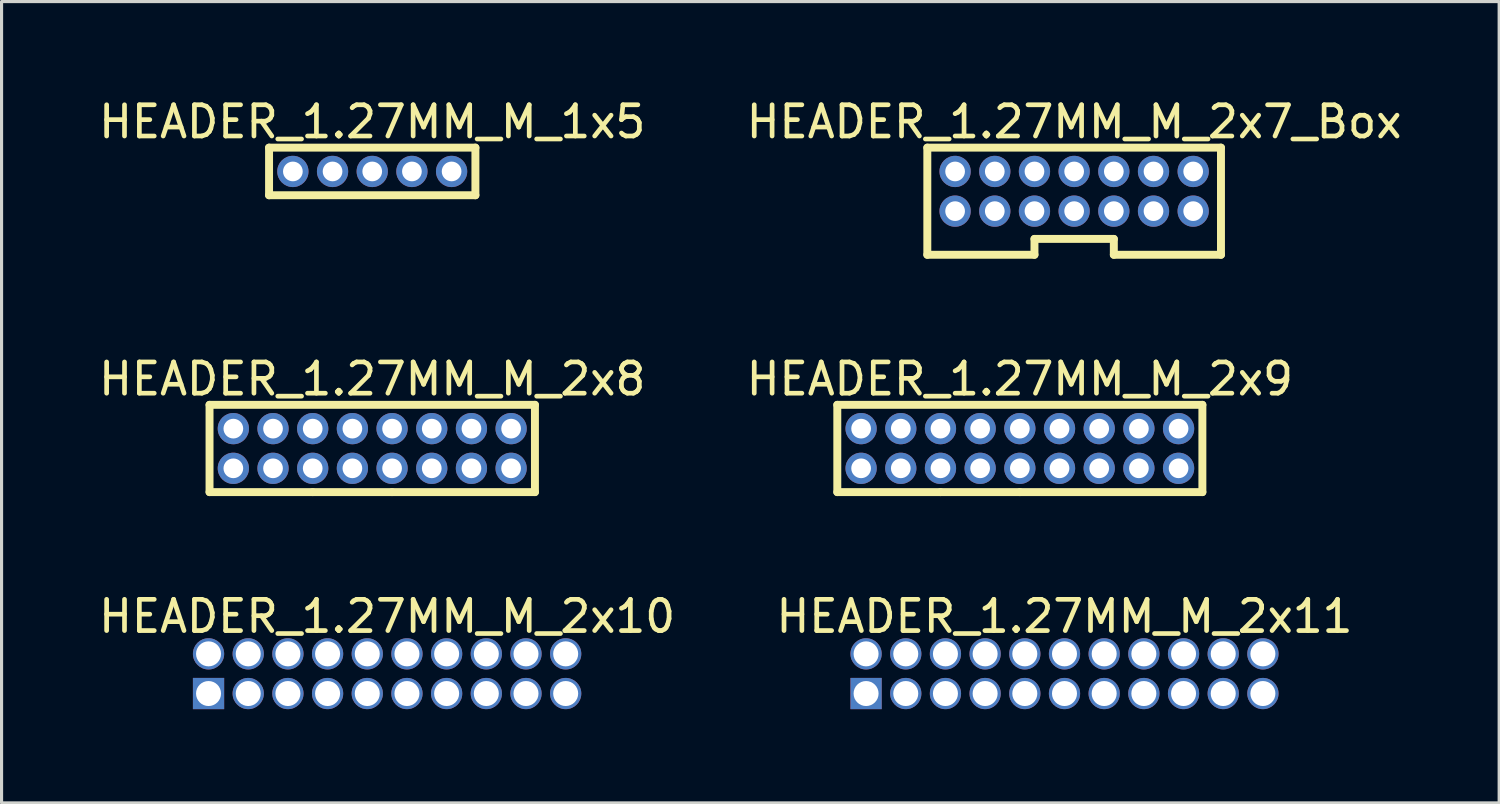
<source format=kicad_pcb>
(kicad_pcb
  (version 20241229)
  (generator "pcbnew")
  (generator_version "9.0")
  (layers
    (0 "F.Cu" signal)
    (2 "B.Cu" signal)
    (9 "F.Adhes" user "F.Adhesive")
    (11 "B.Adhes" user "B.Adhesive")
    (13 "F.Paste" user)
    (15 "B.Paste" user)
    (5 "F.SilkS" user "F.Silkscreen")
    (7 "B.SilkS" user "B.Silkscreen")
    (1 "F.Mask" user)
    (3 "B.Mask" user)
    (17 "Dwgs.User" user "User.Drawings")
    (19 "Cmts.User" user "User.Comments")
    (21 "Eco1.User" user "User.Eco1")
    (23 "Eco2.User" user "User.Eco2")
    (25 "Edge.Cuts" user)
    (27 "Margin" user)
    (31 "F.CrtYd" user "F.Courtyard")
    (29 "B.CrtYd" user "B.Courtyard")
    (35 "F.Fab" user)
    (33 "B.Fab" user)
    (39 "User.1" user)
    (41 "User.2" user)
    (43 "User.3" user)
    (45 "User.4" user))
  (footprint "HEADER_1.27MM_M_1x5"
    (layer "F.Cu")
    (at 8.863 2.437)
    (property "Reference" "HEADER_1.27MM_M_1x5" (at 0 -1.589 0) (layer "F.SilkS") (effects (font (size 1 1) (thickness 0.15))))
    (fp_line (start -3.302 -0.762) (end 3.302 -0.762) (stroke (width 0.254) (type solid)) (layer "F.SilkS"))
    (fp_line (start -3.302 0.762) (end -3.302 -0.762) (stroke (width 0.254) (type solid)) (layer "F.SilkS"))
    (fp_line (start -3.302 0.762) (end 3.302 0.762) (stroke (width 0.254) (type solid)) (layer "F.SilkS"))
    (fp_line (start 3.302 0.762) (end 3.302 -0.762) (stroke (width 0.254) (type solid)) (layer "F.SilkS"))
    (pad "1" thru_hole circle (at -2.54 0) (size 1 1) (drill 0.63) (layers "*.Cu" "*.Mask"))
    (pad "2" thru_hole circle (at -1.27 0) (size 1 1) (drill 0.63) (layers "*.Cu" "*.Mask"))
    (pad "3" thru_hole circle (at 0 0) (size 1 1) (drill 0.63) (layers "*.Cu" "*.Mask"))
    (pad "4" thru_hole circle (at 1.27 0) (size 1 1) (drill 0.63) (layers "*.Cu" "*.Mask"))
    (pad "5" thru_hole circle (at 2.54 0) (size 1 1) (drill 0.63) (layers "*.Cu" "*.Mask")))
  (footprint "HEADER_1.27MM_M_2x7_Box"
    (layer "F.Cu")
    (at 31.327 3.072)
    (property "Reference" "HEADER_1.27MM_M_2x7_Box" (at 0 -2.224 0) (layer "F.SilkS") (effects (font (size 1 1) (thickness 0.15))))
    (fp_line (start -4.699 -1.397) (end 4.699 -1.397) (stroke (width 0.254) (type solid)) (layer "F.SilkS"))
    (fp_line (start -4.699 2.032) (end -4.699 -1.397) (stroke (width 0.254) (type solid)) (layer "F.SilkS"))
    (fp_line (start -4.699 2.032) (end -1.27 2.032) (stroke (width 0.254) (type solid)) (layer "F.SilkS"))
    (fp_line (start -1.27 1.524) (end 1.27 1.524) (stroke (width 0.254) (type solid)) (layer "F.SilkS"))
    (fp_line (start -1.27 2.032) (end -1.27 1.524) (stroke (width 0.254) (type solid)) (layer "F.SilkS"))
    (fp_line (start 1.27 2.032) (end 1.27 1.524) (stroke (width 0.254) (type solid)) (layer "F.SilkS"))
    (fp_line (start 1.27 2.032) (end 4.699 2.032) (stroke (width 0.254) (type solid)) (layer "F.SilkS"))
    (fp_line (start 4.699 2.032) (end 4.699 -1.397) (stroke (width 0.254) (type solid)) (layer "F.SilkS"))
    (pad "1" thru_hole circle (at -3.81 0.635) (size 1 1) (drill 0.63) (layers "*.Cu" "*.Mask"))
    (pad "2" thru_hole circle (at -3.81 -0.635) (size 1 1) (drill 0.63) (layers "*.Cu" "*.Mask"))
    (pad "3" thru_hole circle (at -2.54 0.635) (size 1 1) (drill 0.63) (layers "*.Cu" "*.Mask"))
    (pad "4" thru_hole circle (at -2.54 -0.635) (size 1 1) (drill 0.63) (layers "*.Cu" "*.Mask"))
    (pad "5" thru_hole circle (at -1.27 0.635) (size 1 1) (drill 0.63) (layers "*.Cu" "*.Mask"))
    (pad "6" thru_hole circle (at -1.27 -0.635) (size 1 1) (drill 0.63) (layers "*.Cu" "*.Mask"))
    (pad "7" thru_hole circle (at 0 0.635) (size 1 1) (drill 0.63) (layers "*.Cu" "*.Mask"))
    (pad "8" thru_hole circle (at 0 -0.635) (size 1 1) (drill 0.63) (layers "*.Cu" "*.Mask"))
    (pad "9" thru_hole circle (at 1.27 0.635) (size 1 1) (drill 0.63) (layers "*.Cu" "*.Mask"))
    (pad "10" thru_hole circle (at 1.27 -0.635) (size 1 1) (drill 0.63) (layers "*.Cu" "*.Mask"))
    (pad "11" thru_hole circle (at 2.54 0.635) (size 1 1) (drill 0.63) (layers "*.Cu" "*.Mask"))
    (pad "12" thru_hole circle (at 2.54 -0.635) (size 1 1) (drill 0.63) (layers "*.Cu" "*.Mask"))
    (pad "13" thru_hole circle (at 3.81 0.635) (size 1 1) (drill 0.63) (layers "*.Cu" "*.Mask"))
    (pad "14" thru_hole circle (at 3.81 -0.635) (size 1 1) (drill 0.63) (layers "*.Cu" "*.Mask")))
  (footprint "HEADER_1.27MM_M_2x11"
    (layer "F.Cu")
    (at 31.018 18.511)
    (property "Reference" "HEADER_1.27MM_M_2x11" (at 0 -1.835 0) (layer "F.SilkS") (effects (font (size 1 1) (thickness 0.15))))
    (pad "1" thru_hole rect (at -6.35 0.635) (size 1 1) (drill 0.8) (layers "*.Cu" "*.Mask"))
    (pad "2" thru_hole circle (at -6.35 -0.635) (size 1 1) (drill 0.8) (layers "*.Cu" "*.Mask"))
    (pad "3" thru_hole circle (at -5.08 0.635) (size 1 1) (drill 0.8) (layers "*.Cu" "*.Mask"))
    (pad "4" thru_hole circle (at -5.08 -0.635) (size 1 1) (drill 0.8) (layers "*.Cu" "*.Mask"))
    (pad "5" thru_hole circle (at -3.81 0.635) (size 1 1) (drill 0.8) (layers "*.Cu" "*.Mask"))
    (pad "6" thru_hole circle (at -3.81 -0.635) (size 1 1) (drill 0.8) (layers "*.Cu" "*.Mask"))
    (pad "7" thru_hole circle (at -2.54 0.635) (size 1 1) (drill 0.8) (layers "*.Cu" "*.Mask"))
    (pad "8" thru_hole circle (at -2.54 -0.635) (size 1 1) (drill 0.8) (layers "*.Cu" "*.Mask"))
    (pad "9" thru_hole circle (at -1.27 0.635) (size 1 1) (drill 0.8) (layers "*.Cu" "*.Mask"))
    (pad "10" thru_hole circle (at -1.27 -0.635) (size 1 1) (drill 0.8) (layers "*.Cu" "*.Mask"))
    (pad "11" thru_hole circle (at 0.00006 0.635) (size 1 1) (drill 0.8) (layers "*.Cu" "*.Mask"))
    (pad "12" thru_hole circle (at 0.00006 -0.635) (size 1 1) (drill 0.8) (layers "*.Cu" "*.Mask"))
    (pad "13" thru_hole circle (at 1.27 0.635) (size 1 1) (drill 0.8) (layers "*.Cu" "*.Mask"))
    (pad "14" thru_hole circle (at 1.27 -0.635) (size 1 1) (drill 0.8) (layers "*.Cu" "*.Mask"))
    (pad "15" thru_hole circle (at 2.54 0.635) (size 1 1) (drill 0.8) (layers "*.Cu" "*.Mask"))
    (pad "16" thru_hole circle (at 2.54 -0.635) (size 1 1) (drill 0.8) (layers "*.Cu" "*.Mask"))
    (pad "17" thru_hole circle (at 3.81 0.635) (size 1 1) (drill 0.8) (layers "*.Cu" "*.Mask"))
    (pad "18" thru_hole circle (at 3.81 -0.635) (size 1 1) (drill 0.8) (layers "*.Cu" "*.Mask"))
    (pad "19" thru_hole circle (at 5.08 0.635) (size 1 1) (drill 0.8) (layers "*.Cu" "*.Mask"))
    (pad "20" thru_hole circle (at 5.08 -0.635) (size 1 1) (drill 0.8) (layers "*.Cu" "*.Mask"))
    (pad "21" thru_hole circle (at 6.35 0.635) (size 1 1) (drill 0.8) (layers "*.Cu" "*.Mask"))
    (pad "22" thru_hole circle (at 6.35 -0.635) (size 1 1) (drill 0.8) (layers "*.Cu" "*.Mask")))
  (footprint "HEADER_1.27MM_M_2x9"
    (layer "F.Cu")
    (at 29.589 11.303)
    (property "Reference" "HEADER_1.27MM_M_2x9" (at 0 -2.224 0) (layer "F.SilkS") (effects (font (size 1 1) (thickness 0.15))))
    (fp_line (start -5.842 -1.397) (end 5.842 -1.397) (stroke (width 0.254) (type solid)) (layer "F.SilkS"))
    (fp_line (start -5.842 1.397) (end -5.842 -1.397) (stroke (width 0.254) (type solid)) (layer "F.SilkS"))
    (fp_line (start -5.842 1.397) (end -2.54 1.397) (stroke (width 0.254) (type solid)) (layer "F.SilkS"))
    (fp_line (start -2.54 1.397) (end 0 1.397) (stroke (width 0.254) (type solid)) (layer "F.SilkS"))
    (fp_line (start 0 1.397) (end 5.842 1.397) (stroke (width 0.254) (type solid)) (layer "F.SilkS"))
    (fp_line (start 5.842 1.397) (end 5.842 -1.397) (stroke (width 0.254) (type solid)) (layer "F.SilkS"))
    (pad "1" thru_hole circle (at -5.08 0.635) (size 1 1) (drill 0.63) (layers "*.Cu" "*.Mask"))
    (pad "2" thru_hole circle (at -5.08 -0.635) (size 1 1) (drill 0.63) (layers "*.Cu" "*.Mask"))
    (pad "3" thru_hole circle (at -3.81 0.635) (size 1 1) (drill 0.63) (layers "*.Cu" "*.Mask"))
    (pad "4" thru_hole circle (at -3.81 -0.635) (size 1 1) (drill 0.63) (layers "*.Cu" "*.Mask"))
    (pad "5" thru_hole circle (at -2.54 0.635) (size 1 1) (drill 0.63) (layers "*.Cu" "*.Mask"))
    (pad "6" thru_hole circle (at -2.54 -0.635) (size 1 1) (drill 0.63) (layers "*.Cu" "*.Mask"))
    (pad "7" thru_hole circle (at -1.27 0.635) (size 1 1) (drill 0.63) (layers "*.Cu" "*.Mask"))
    (pad "8" thru_hole circle (at -1.27 -0.635) (size 1 1) (drill 0.63) (layers "*.Cu" "*.Mask"))
    (pad "9" thru_hole circle (at 0 0.635) (size 1 1) (drill 0.63) (layers "*.Cu" "*.Mask"))
    (pad "10" thru_hole circle (at 0 -0.635) (size 1 1) (drill 0.63) (layers "*.Cu" "*.Mask"))
    (pad "11" thru_hole circle (at 1.27 0.635) (size 1 1) (drill 0.63) (layers "*.Cu" "*.Mask"))
    (pad "12" thru_hole circle (at 1.27 -0.635) (size 1 1) (drill 0.63) (layers "*.Cu" "*.Mask"))
    (pad "13" thru_hole circle (at 2.54 0.635) (size 1 1) (drill 0.63) (layers "*.Cu" "*.Mask"))
    (pad "14" thru_hole circle (at 2.54 -0.635) (size 1 1) (drill 0.63) (layers "*.Cu" "*.Mask"))
    (pad "15" thru_hole circle (at 3.81 0.635) (size 1 1) (drill 0.63) (layers "*.Cu" "*.Mask"))
    (pad "16" thru_hole circle (at 3.81 -0.635) (size 1 1) (drill 0.63) (layers "*.Cu" "*.Mask"))
    (pad "17" thru_hole circle (at 5.08 0.635) (size 1 1) (drill 0.63) (layers "*.Cu" "*.Mask"))
    (pad "18" thru_hole circle (at 5.08 -0.635) (size 1 1) (drill 0.63) (layers "*.Cu" "*.Mask")))
  (footprint "HEADER_1.27MM_M_2x10"
    (layer "F.Cu")
    (at 9.339 18.511)
    (property "Reference" "HEADER_1.27MM_M_2x10" (at 0 -1.835 0) (layer "F.SilkS") (effects (font (size 1 1) (thickness 0.15))))
    (pad "1" thru_hole rect (at -5.715 0.635) (size 1 1) (drill 0.8) (layers "*.Cu" "*.Mask"))
    (pad "2" thru_hole circle (at -5.715 -0.635) (size 1 1) (drill 0.8) (layers "*.Cu" "*.Mask"))
    (pad "3" thru_hole circle (at -4.445 0.635) (size 1 1) (drill 0.8) (layers "*.Cu" "*.Mask"))
    (pad "4" thru_hole circle (at -4.445 -0.635) (size 1 1) (drill 0.8) (layers "*.Cu" "*.Mask"))
    (pad "5" thru_hole circle (at -3.175 0.635) (size 1 1) (drill 0.8) (layers "*.Cu" "*.Mask"))
    (pad "6" thru_hole circle (at -3.175 -0.635) (size 1 1) (drill 0.8) (layers "*.Cu" "*.Mask"))
    (pad "7" thru_hole circle (at -1.905 0.635) (size 1 1) (drill 0.8) (layers "*.Cu" "*.Mask"))
    (pad "8" thru_hole circle (at -1.905 -0.635) (size 1 1) (drill 0.8) (layers "*.Cu" "*.Mask"))
    (pad "9" thru_hole circle (at -0.635 0.635) (size 1 1) (drill 0.8) (layers "*.Cu" "*.Mask"))
    (pad "10" thru_hole circle (at -0.635 -0.635) (size 1 1) (drill 0.8) (layers "*.Cu" "*.Mask"))
    (pad "11" thru_hole circle (at 0.635 0.635) (size 1 1) (drill 0.8) (layers "*.Cu" "*.Mask"))
    (pad "12" thru_hole circle (at 0.635 -0.635) (size 1 1) (drill 0.8) (layers "*.Cu" "*.Mask"))
    (pad "13" thru_hole circle (at 1.905 0.635) (size 1 1) (drill 0.8) (layers "*.Cu" "*.Mask"))
    (pad "14" thru_hole circle (at 1.905 -0.635) (size 1 1) (drill 0.8) (layers "*.Cu" "*.Mask"))
    (pad "15" thru_hole circle (at 3.175 0.635) (size 1 1) (drill 0.8) (layers "*.Cu" "*.Mask"))
    (pad "16" thru_hole circle (at 3.175 -0.635) (size 1 1) (drill 0.8) (layers "*.Cu" "*.Mask"))
    (pad "17" thru_hole circle (at 4.445 0.635) (size 1 1) (drill 0.8) (layers "*.Cu" "*.Mask"))
    (pad "18" thru_hole circle (at 4.445 -0.635) (size 1 1) (drill 0.8) (layers "*.Cu" "*.Mask"))
    (pad "19" thru_hole circle (at 5.715 0.635) (size 1 1) (drill 0.8) (layers "*.Cu" "*.Mask"))
    (pad "20" thru_hole circle (at 5.715 -0.635) (size 1 1) (drill 0.8) (layers "*.Cu" "*.Mask")))
  (footprint "HEADER_1.27MM_M_2x8"
    (layer "F.Cu")
    (at 8.863 11.303)
    (property "Reference" "HEADER_1.27MM_M_2x8" (at 0 -2.224 0) (layer "F.SilkS") (effects (font (size 1 1) (thickness 0.15))))
    (fp_line (start -5.207 -1.397) (end 5.207 -1.397) (stroke (width 0.254) (type solid)) (layer "F.SilkS"))
    (fp_line (start -5.207 1.397) (end -5.207 -1.397) (stroke (width 0.254) (type solid)) (layer "F.SilkS"))
    (fp_line (start -5.207 1.397) (end -1.905 1.397) (stroke (width 0.254) (type solid)) (layer "F.SilkS"))
    (fp_line (start -1.905 1.397) (end 0.635 1.397) (stroke (width 0.254) (type solid)) (layer "F.SilkS"))
    (fp_line (start 0.635 1.397) (end 5.207 1.397) (stroke (width 0.254) (type solid)) (layer "F.SilkS"))
    (fp_line (start 5.207 1.397) (end 5.207 -1.397) (stroke (width 0.254) (type solid)) (layer "F.SilkS"))
    (pad "1" thru_hole circle (at -4.445 0.635) (size 1 1) (drill 0.63) (layers "*.Cu" "*.Mask"))
    (pad "2" thru_hole circle (at -4.445 -0.635) (size 1 1) (drill 0.63) (layers "*.Cu" "*.Mask"))
    (pad "3" thru_hole circle (at -3.175 0.635) (size 1 1) (drill 0.63) (layers "*.Cu" "*.Mask"))
    (pad "4" thru_hole circle (at -3.175 -0.635) (size 1 1) (drill 0.63) (layers "*.Cu" "*.Mask"))
    (pad "5" thru_hole circle (at -1.905 0.635) (size 1 1) (drill 0.63) (layers "*.Cu" "*.Mask"))
    (pad "6" thru_hole circle (at -1.905 -0.635) (size 1 1) (drill 0.63) (layers "*.Cu" "*.Mask"))
    (pad "7" thru_hole circle (at -0.635 0.635) (size 1 1) (drill 0.63) (layers "*.Cu" "*.Mask"))
    (pad "8" thru_hole circle (at -0.635 -0.635) (size 1 1) (drill 0.63) (layers "*.Cu" "*.Mask"))
    (pad "9" thru_hole circle (at 0.635 0.635) (size 1 1) (drill 0.63) (layers "*.Cu" "*.Mask"))
    (pad "10" thru_hole circle (at 0.635 -0.635) (size 1 1) (drill 0.63) (layers "*.Cu" "*.Mask"))
    (pad "11" thru_hole circle (at 1.905 0.635) (size 1 1) (drill 0.63) (layers "*.Cu" "*.Mask"))
    (pad "12" thru_hole circle (at 1.905 -0.635) (size 1 1) (drill 0.63) (layers "*.Cu" "*.Mask"))
    (pad "13" thru_hole circle (at 3.175 0.635) (size 1 1) (drill 0.63) (layers "*.Cu" "*.Mask"))
    (pad "14" thru_hole circle (at 3.175 -0.635) (size 1 1) (drill 0.63) (layers "*.Cu" "*.Mask"))
    (pad "15" thru_hole circle (at 4.445 0.635) (size 1 1) (drill 0.63) (layers "*.Cu" "*.Mask"))
    (pad "16" thru_hole circle (at 4.445 -0.635) (size 1 1) (drill 0.63) (layers "*.Cu" "*.Mask")))
  (gr_rect
    (start -3 -3)
    (end 44.929 22.646)
    (stroke (width 0.1) (type default))
    (fill no)
    (layer "Edge.Cuts")))
</source>
